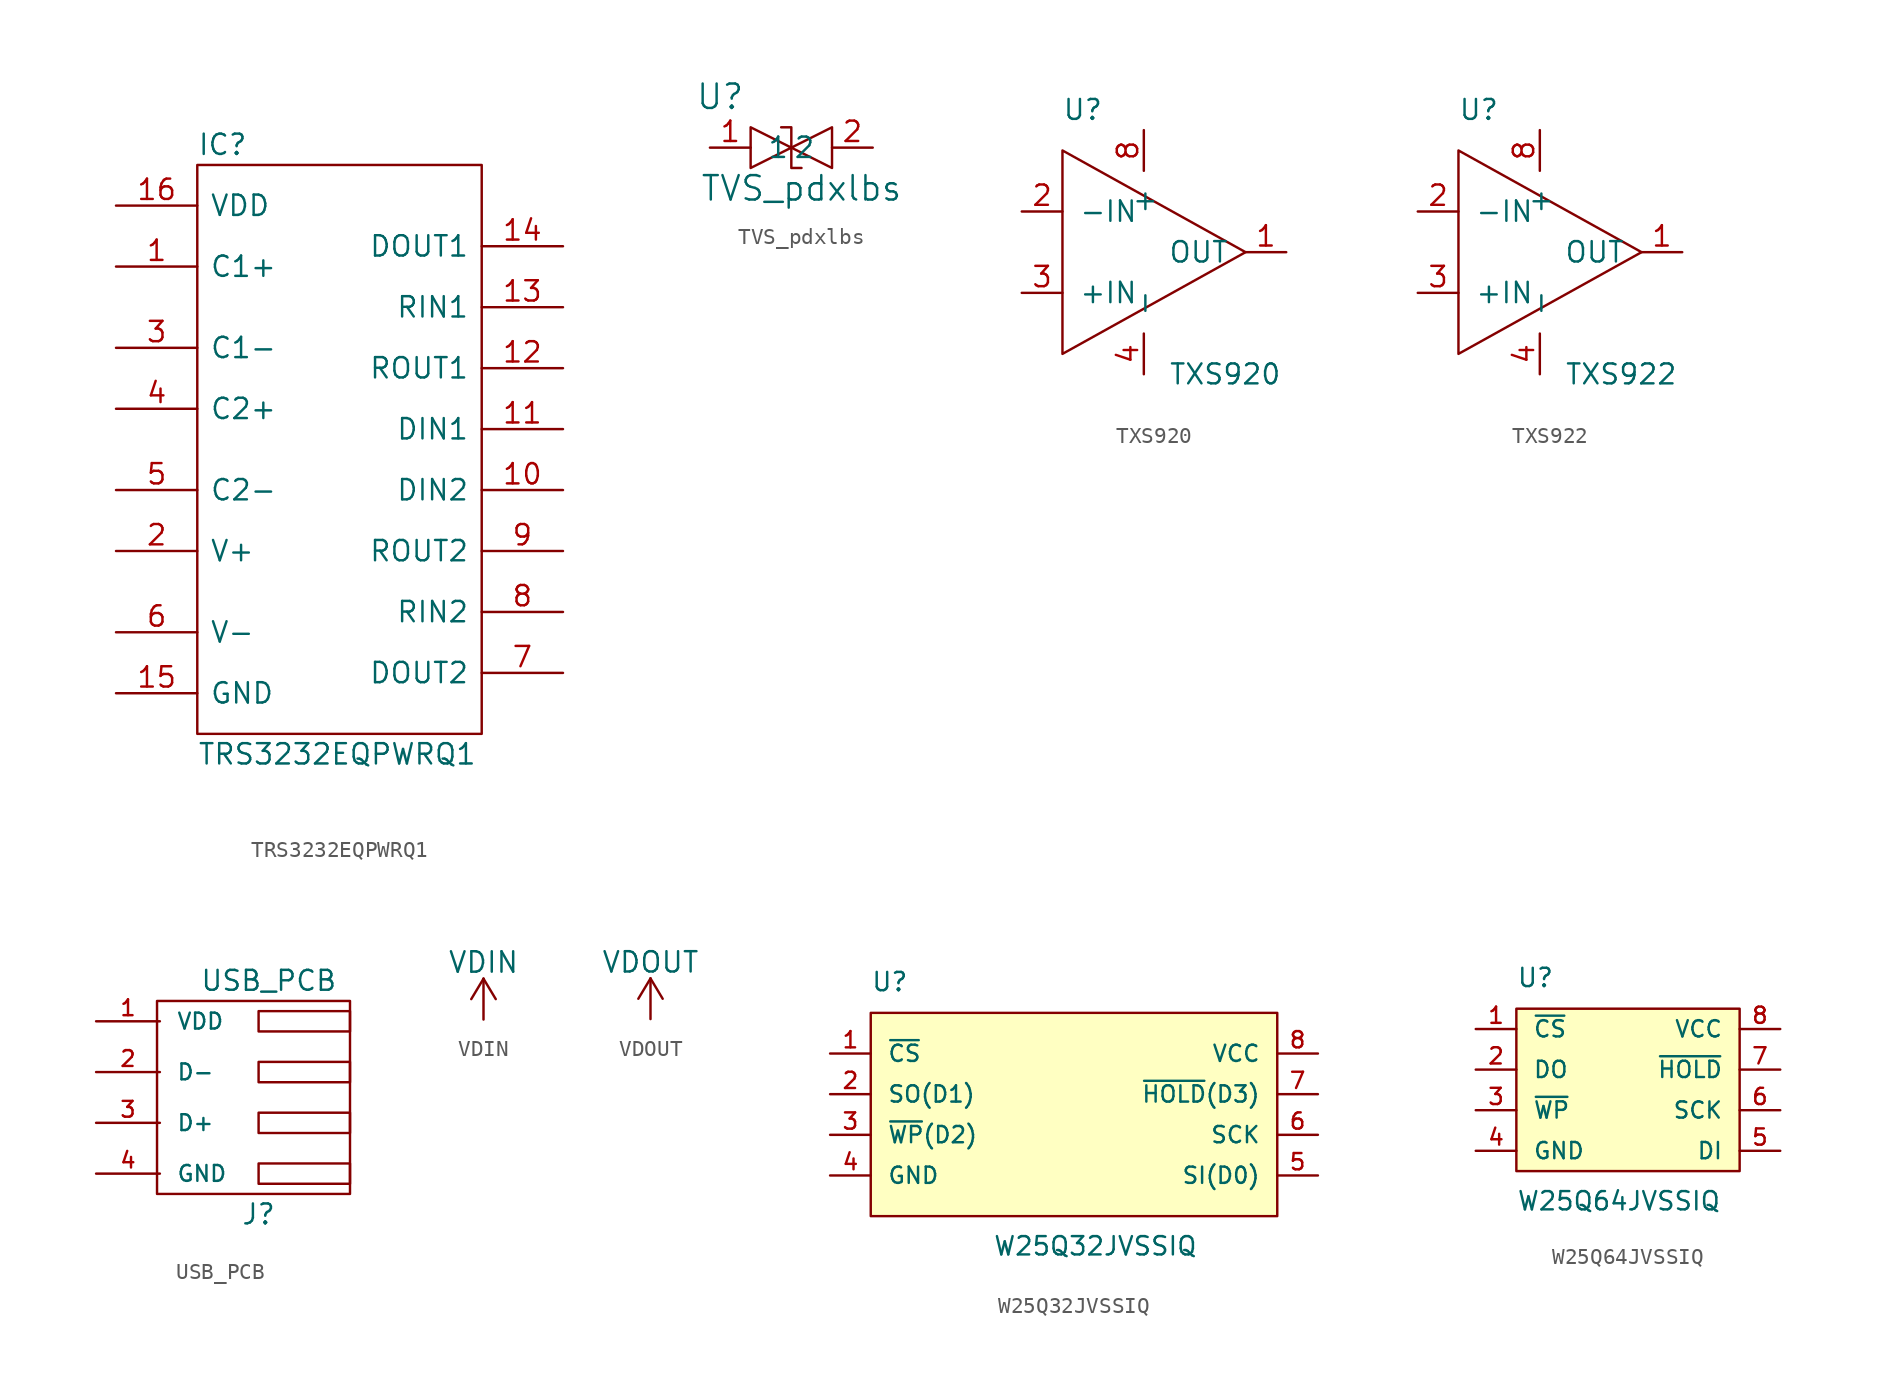
<source format=kicad_sym>
(kicad_symbol_lib
  (version 20211014)
  (generator kicad_symbol_editor)
  (symbol "TRS3232EQPWRQ1"
    (pin_names
      (offset 0.762))
    (property "Reference" "IC"
      (at -2.54 22.86 0)
      (effects (font (size 1.27 1.27)) (justify left)))
    (property "Value" "TRS3232EQPWRQ1"
      (at -2.54 -15.24 0)
      (effects (font (size 1.27 1.27)) (justify left)))
    (symbol "TRS3232EQPWRQ1_0_0"
      (pin bidirectional line (at -7.62 15.24 0) (length 5.08) (name "C1+" (effects (font (size 1.27 1.27)))) (number "1" (effects (font (size 1.27 1.27)))))
      (pin bidirectional line (at 20.32 1.27 180) (length 5.08) (name "DIN2" (effects (font (size 1.27 1.27)))) (number "10" (effects (font (size 1.27 1.27)))))
      (pin bidirectional line (at 20.32 5.08 180) (length 5.08) (name "DIN1" (effects (font (size 1.27 1.27)))) (number "11" (effects (font (size 1.27 1.27)))))
      (pin bidirectional line (at 20.32 8.89 180) (length 5.08) (name "ROUT1" (effects (font (size 1.27 1.27)))) (number "12" (effects (font (size 1.27 1.27)))))
      (pin bidirectional line (at 20.32 12.7 180) (length 5.08) (name "RIN1" (effects (font (size 1.27 1.27)))) (number "13" (effects (font (size 1.27 1.27)))))
      (pin bidirectional line (at 20.32 16.51 180) (length 5.08) (name "DOUT1" (effects (font (size 1.27 1.27)))) (number "14" (effects (font (size 1.27 1.27)))))
      (pin bidirectional line (at -7.62 -11.43 0) (length 5.08) (name "GND" (effects (font (size 1.27 1.27)))) (number "15" (effects (font (size 1.27 1.27)))))
      (pin bidirectional line (at -7.62 19.05 0) (length 5.08) (name "VDD" (effects (font (size 1.27 1.27)))) (number "16" (effects (font (size 1.27 1.27)))))
      (pin bidirectional line (at -7.62 -2.54 0) (length 5.08) (name "V+" (effects (font (size 1.27 1.27)))) (number "2" (effects (font (size 1.27 1.27)))))
      (pin bidirectional line (at -7.62 10.16 0) (length 5.08) (name "C1-" (effects (font (size 1.27 1.27)))) (number "3" (effects (font (size 1.27 1.27)))))
      (pin bidirectional line (at -7.62 6.35 0) (length 5.08) (name "C2+" (effects (font (size 1.27 1.27)))) (number "4" (effects (font (size 1.27 1.27)))))
      (pin bidirectional line (at -7.62 1.27 0) (length 5.08) (name "C2-" (effects (font (size 1.27 1.27)))) (number "5" (effects (font (size 1.27 1.27)))))
      (pin bidirectional line (at -7.62 -7.62 0) (length 5.08) (name "V-" (effects (font (size 1.27 1.27)))) (number "6" (effects (font (size 1.27 1.27)))))
      (pin bidirectional line (at 20.32 -10.16 180) (length 5.08) (name "DOUT2" (effects (font (size 1.27 1.27)))) (number "7" (effects (font (size 1.27 1.27)))))
      (pin bidirectional line (at 20.32 -6.35 180) (length 5.08) (name "RIN2" (effects (font (size 1.27 1.27)))) (number "8" (effects (font (size 1.27 1.27)))))
      (pin bidirectional line (at 20.32 -2.54 180) (length 5.08) (name "ROUT2" (effects (font (size 1.27 1.27)))) (number "9" (effects (font (size 1.27 1.27))))))
    (symbol "TRS3232EQPWRQ1_0_1"
      (rectangle (start -2.54 21.59) (end 15.24 -13.97) (stroke (width 0) (type default) (color 0 0 0 0)) (fill (type none)))))
  (symbol "TVS_pdxlbs"
    (pin_names
      (offset 1.016))
    (property "Reference" "U"
      (at -4.445 3.175 0)
      (effects (font (size 1.524 1.524))))
    (property "Value" "TVS_pdxlbs"
      (at 0.635 -2.54 0)
      (effects (font (size 1.524 1.524))))
    (symbol "TVS_pdxlbs_0_1"
      (polyline (pts (xy -2.54 1.27) (xy -2.54 -1.27) (xy 0 0) (xy -2.54 1.27)) (stroke (width 0) (type default) (color 0 0 0 0)) (fill (type none)))
      (polyline (pts (xy -0.635 1.27) (xy 0 1.27) (xy 0 -1.27) (xy 0.635 -1.27)) (stroke (width 0) (type default) (color 0 0 0 0)) (fill (type none)))
      (polyline (pts (xy 0 0) (xy 2.54 1.27) (xy 2.54 -1.27) (xy 0 0)) (stroke (width 0) (type default) (color 0 0 0 0)) (fill (type none))))
    (symbol "TVS_pdxlbs_1_1"
      (pin bidirectional line (at -5.08 0 0) (length 2.54) (name "1" (effects (font (size 1.27 1.27)))) (number "1" (effects (font (size 1.27 1.27)))))
      (pin bidirectional line (at 5.08 0 180) (length 2.54) (name "2" (effects (font (size 1.27 1.27)))) (number "2" (effects (font (size 1.27 1.27)))))))
  (symbol "TXS920"
    (pin_names
      (offset 1.016))
    (property "Reference" "U"
      (at -3.81 15.24 0)
      (effects (font (size 1.245 1.245))))
    (property "Value" "TXS920"
      (at 5.08 -1.27 0)
      (effects (font (size 1.245 1.245))))
    (symbol "TXS920_0_1"
      (polyline (pts (xy -5.08 12.7) (xy -5.08 0) (xy 6.35 6.35) (xy -5.08 12.7)) (stroke (width 0) (type default) (color 0 0 0 0)) (fill (type none))))
    (symbol "TXS920_1_1"
      (pin input line (at 8.89 6.35 180) (length 2.54) (name "OUT" (effects (font (size 1.27 1.27)))) (number "1" (effects (font (size 1.27 1.27)))))
      (pin input line (at -7.62 8.89 0) (length 2.54) (name "-IN" (effects (font (size 1.27 1.27)))) (number "2" (effects (font (size 1.27 1.27)))))
      (pin input line (at -7.62 3.81 0) (length 2.54) (name "+IN" (effects (font (size 1.27 1.27)))) (number "3" (effects (font (size 1.27 1.27)))))
      (pin input line (at 0 -1.27 90) (length 2.54) (name "-" (effects (font (size 1.27 1.27)))) (number "4" (effects (font (size 1.27 1.27)))))
      (pin input line (at 0 13.97 270) (length 2.54) (name "+" (effects (font (size 1.27 1.27)))) (number "8" (effects (font (size 1.27 1.27)))))))
  (symbol "TXS922"
    (pin_names
      (offset 1.016))
    (property "Reference" "U"
      (at -3.81 15.24 0)
      (effects (font (size 1.245 1.245))))
    (property "Value" "TXS922"
      (at 5.08 -1.27 0)
      (effects (font (size 1.245 1.245))))
    (symbol "TXS922_0_1"
      (polyline (pts (xy -5.08 12.7) (xy -5.08 0) (xy 6.35 6.35) (xy -5.08 12.7)) (stroke (width 0) (type default) (color 0 0 0 0)) (fill (type none))))
    (symbol "TXS922_1_1"
      (pin input line (at 8.89 6.35 180) (length 2.54) (name "OUT" (effects (font (size 1.27 1.27)))) (number "1" (effects (font (size 1.27 1.27)))))
      (pin input line (at -7.62 8.89 0) (length 2.54) (name "-IN" (effects (font (size 1.27 1.27)))) (number "2" (effects (font (size 1.27 1.27)))))
      (pin input line (at -7.62 3.81 0) (length 2.54) (name "+IN" (effects (font (size 1.27 1.27)))) (number "3" (effects (font (size 1.27 1.27)))))
      (pin input line (at 0 -1.27 90) (length 2.54) (name "-" (effects (font (size 1.27 1.27)))) (number "4" (effects (font (size 1.27 1.27)))))
      (pin input line (at 0 13.97 270) (length 2.54) (name "+" (effects (font (size 1.27 1.27)))) (number "8" (effects (font (size 1.27 1.27)))))))
  (symbol "USB_PCB"
    (pin_names
      (offset 1.016))
    (property "Reference" "J"
      (at 6.35 -3.81 0)
      (effects (font (size 1.245 1.245))))
    (property "Value" "USB_PCB"
      (at 6.985 10.795 0)
      (effects (font (size 1.245 1.245))))
    (symbol "USB_PCB_0_1"
      (rectangle (start 0 9.525) (end 12.065 -2.54) (stroke (width 0) (type default) (color 0 0 0 0)) (fill (type none)))
      (rectangle (start 12.065 -0.635) (end 6.35 -1.905) (stroke (width 0) (type default) (color 0 0 0 0)) (fill (type none)))
      (rectangle (start 12.065 2.54) (end 6.35 1.27) (stroke (width 0) (type default) (color 0 0 0 0)) (fill (type none)))
      (rectangle (start 12.065 5.715) (end 6.35 4.445) (stroke (width 0) (type default) (color 0 0 0 0)) (fill (type none)))
      (rectangle (start 12.065 8.89) (end 6.35 7.62) (stroke (width 0) (type default) (color 0 0 0 0)) (fill (type none))))
    (symbol "USB_PCB_1_1"
      (pin input line (at -3.81 8.255 0) (length 3.988) (name "VDD" (effects (font (size 0.991 0.991)))) (number "1" (effects (font (size 0.991 0.991)))))
      (pin input line (at -3.81 5.08 0) (length 3.988) (name "D-" (effects (font (size 0.991 0.991)))) (number "2" (effects (font (size 0.991 0.991)))))
      (pin input line (at -3.81 1.905 0) (length 3.988) (name "D+" (effects (font (size 0.991 0.991)))) (number "3" (effects (font (size 0.991 0.991)))))
      (pin input line (at -3.81 -1.27 0) (length 3.988) (name "GND" (effects (font (size 0.991 0.991)))) (number "4" (effects (font (size 0.991 0.991)))))))
  (symbol "VDIN"
    (power)
    (pin_names
      (offset 0))
    (property "Reference" "#PWR"
      (at 15.24 7.62 0)
      (effects (font (size 1.27 1.27)) hide))
    (property "Value" "VDIN"
      (at 0 3.556 0)
      (effects (font (size 1.27 1.27))))
    (symbol "VDIN_0_1"
      (polyline (pts (xy -0.762 1.27) (xy 0 2.54)) (stroke (width 0) (type default) (color 0 0 0 0)) (fill (type none)))
      (polyline (pts (xy 0 0) (xy 0 2.54)) (stroke (width 0) (type default) (color 0 0 0 0)) (fill (type none)))
      (polyline (pts (xy 0 2.54) (xy 0.762 1.27)) (stroke (width 0) (type default) (color 0 0 0 0)) (fill (type none))))
    (symbol "VDIN_1_1"
      (pin power_in line (at 0 0 180) (length 0) hide (name "VDIN" (effects (font (size 1.27 1.27)))) (number "1" (effects (font (size 1.27 1.27)))))))
  (symbol "VDOUT"
    (power)
    (pin_names
      (offset 0))
    (property "Reference" "#PWR"
      (at 15.24 7.62 0)
      (effects (font (size 1.27 1.27)) hide))
    (property "Value" "VDOUT"
      (at 0 3.556 0)
      (effects (font (size 1.27 1.27))))
    (symbol "VDOUT_0_1"
      (polyline (pts (xy -0.762 1.27) (xy 0 2.54)) (stroke (width 0) (type default) (color 0 0 0 0)) (fill (type none)))
      (polyline (pts (xy 0 0) (xy 0 2.54)) (stroke (width 0) (type default) (color 0 0 0 0)) (fill (type none)))
      (polyline (pts (xy 0 2.54) (xy 0.762 1.27)) (stroke (width 0) (type default) (color 0 0 0 0)) (fill (type none))))
    (symbol "VDOUT_1_1"
      (pin power_in line (at 0 0 180) (length 0) hide (name "VDOUT" (effects (font (size 1.27 1.27)))) (number "1" (effects (font (size 1.27 1.27)))))))
  (symbol "W25Q32JVSSIQ"
    (pin_names
      (offset 1.016))
    (property "Reference" "U"
      (at -12.7 7.62 0)
      (effects (font (size 1.143 1.143)) (justify left bottom)))
    (property "Value" "W25Q32JVSSIQ"
      (at -5.08 -8.89 0)
      (effects (font (size 1.143 1.143)) (justify left bottom)))
    (property "ki_locked" ""
      (at 0 0 0)
      (effects (font (size 1.27 1.27))))
    (symbol "W25Q32JVSSIQ_1_1"
      (polyline (pts (xy -12.7 -6.35) (xy -12.7 6.35) (xy 12.7 6.35) (xy 12.7 -6.35) (xy -12.7 -6.35)) (stroke (width 0) (type default) (color 0 0 0 0)) (fill (type background)))
      (pin bidirectional line (at -15.24 3.81 0) (length 2.54) (name "~{CS}" (effects (font (size 1.016 1.016)))) (number "1" (effects (font (size 1.016 1.016)))))
      (pin bidirectional line (at -15.24 1.27 0) (length 2.54) (name "SO(D1)" (effects (font (size 1.016 1.016)))) (number "2" (effects (font (size 1.016 1.016)))))
      (pin bidirectional line (at -15.24 -1.27 0) (length 2.54) (name "~{WP}(D2)" (effects (font (size 1.016 1.016)))) (number "3" (effects (font (size 1.016 1.016)))))
      (pin bidirectional line (at -15.24 -3.81 0) (length 2.54) (name "GND" (effects (font (size 1.016 1.016)))) (number "4" (effects (font (size 1.016 1.016)))))
      (pin bidirectional line (at 15.24 -3.81 180) (length 2.54) (name "SI(D0)" (effects (font (size 1.016 1.016)))) (number "5" (effects (font (size 1.016 1.016)))))
      (pin bidirectional line (at 15.24 -1.27 180) (length 2.54) (name "SCK" (effects (font (size 1.016 1.016)))) (number "6" (effects (font (size 1.016 1.016)))))
      (pin bidirectional line (at 15.24 1.27 180) (length 2.54) (name "~{HOLD}(D3)" (effects (font (size 1.016 1.016)))) (number "7" (effects (font (size 1.016 1.016)))))
      (pin bidirectional line (at 15.24 3.81 180) (length 2.54) (name "VCC" (effects (font (size 1.016 1.016)))) (number "8" (effects (font (size 1.016 1.016)))))))
  (symbol "W25Q64JVSSIQ"
    (pin_names
      (offset 1.016))
    (property "Reference" "U"
      (at 0 11.43 0)
      (effects (font (size 1.143 1.143)) (justify left bottom)))
    (property "Value" "W25Q64JVSSIQ"
      (at 0 -2.54 0)
      (effects (font (size 1.143 1.143)) (justify left bottom)))
    (property "ki_locked" ""
      (at 0 0 0)
      (effects (font (size 1.27 1.27))))
    (symbol "W25Q64JVSSIQ_1_1"
      (rectangle (start 0 10.16) (end 13.97 0) (stroke (width 0) (type default) (color 0 0 0 0)) (fill (type background)))
      (pin bidirectional line (at -2.54 8.89 0) (length 2.54) (name "~{CS}" (effects (font (size 1.016 1.016)))) (number "1" (effects (font (size 1.016 1.016)))))
      (pin bidirectional line (at -2.54 6.35 0) (length 2.54) (name "DO" (effects (font (size 1.016 1.016)))) (number "2" (effects (font (size 1.016 1.016)))))
      (pin bidirectional line (at -2.54 3.81 0) (length 2.54) (name "~{WP}" (effects (font (size 1.016 1.016)))) (number "3" (effects (font (size 1.016 1.016)))))
      (pin bidirectional line (at -2.54 1.27 0) (length 2.54) (name "GND" (effects (font (size 1.016 1.016)))) (number "4" (effects (font (size 1.016 1.016)))))
      (pin bidirectional line (at 16.51 1.27 180) (length 2.54) (name "DI" (effects (font (size 1.016 1.016)))) (number "5" (effects (font (size 1.016 1.016)))))
      (pin bidirectional line (at 16.51 3.81 180) (length 2.54) (name "SCK" (effects (font (size 1.016 1.016)))) (number "6" (effects (font (size 1.016 1.016)))))
      (pin bidirectional line (at 16.51 6.35 180) (length 2.54) (name "~{HOLD}" (effects (font (size 1.016 1.016)))) (number "7" (effects (font (size 1.016 1.016)))))
      (pin bidirectional line (at 16.51 8.89 180) (length 2.54) (name "VCC" (effects (font (size 1.016 1.016)))) (number "8" (effects (font (size 1.016 1.016))))))))
</source>
